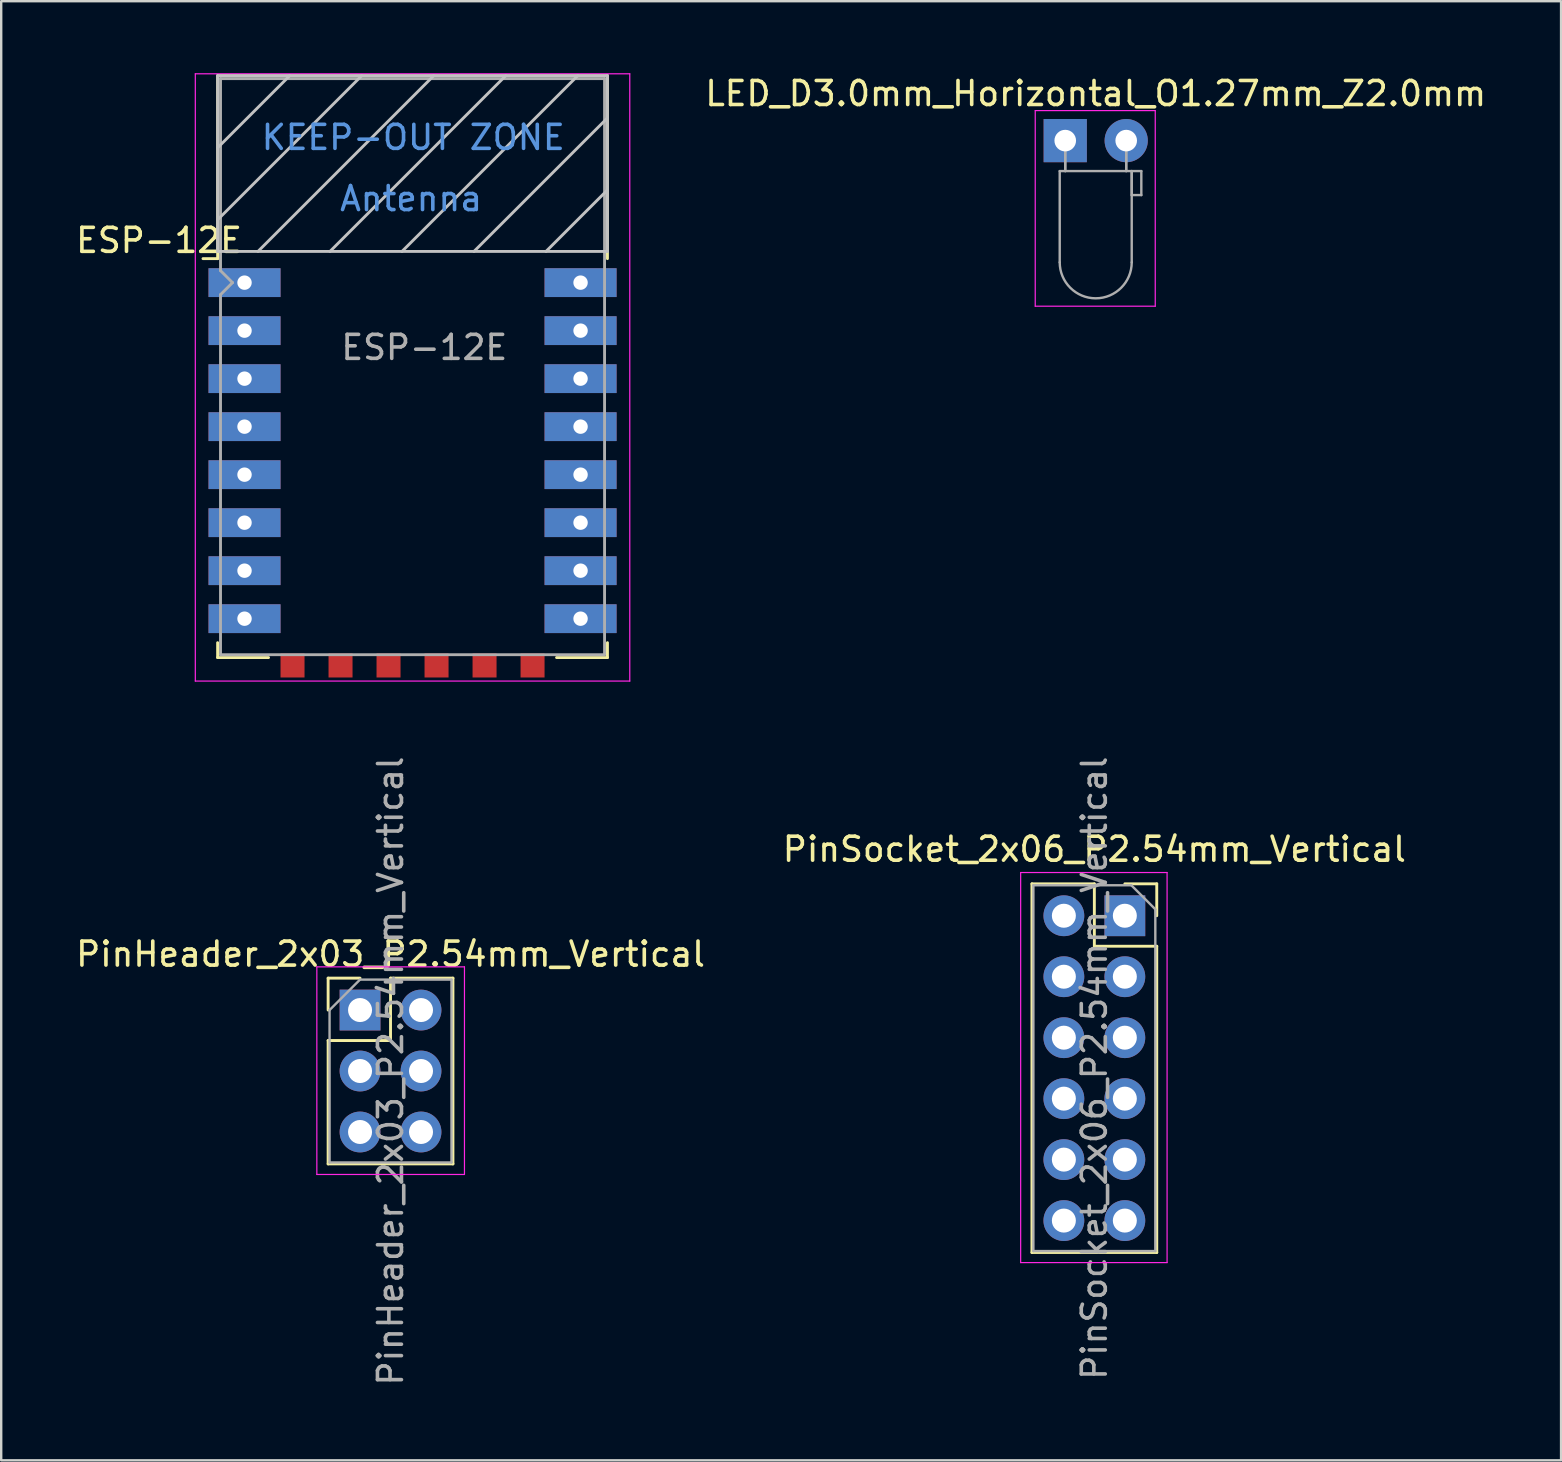
<source format=kicad_pcb>
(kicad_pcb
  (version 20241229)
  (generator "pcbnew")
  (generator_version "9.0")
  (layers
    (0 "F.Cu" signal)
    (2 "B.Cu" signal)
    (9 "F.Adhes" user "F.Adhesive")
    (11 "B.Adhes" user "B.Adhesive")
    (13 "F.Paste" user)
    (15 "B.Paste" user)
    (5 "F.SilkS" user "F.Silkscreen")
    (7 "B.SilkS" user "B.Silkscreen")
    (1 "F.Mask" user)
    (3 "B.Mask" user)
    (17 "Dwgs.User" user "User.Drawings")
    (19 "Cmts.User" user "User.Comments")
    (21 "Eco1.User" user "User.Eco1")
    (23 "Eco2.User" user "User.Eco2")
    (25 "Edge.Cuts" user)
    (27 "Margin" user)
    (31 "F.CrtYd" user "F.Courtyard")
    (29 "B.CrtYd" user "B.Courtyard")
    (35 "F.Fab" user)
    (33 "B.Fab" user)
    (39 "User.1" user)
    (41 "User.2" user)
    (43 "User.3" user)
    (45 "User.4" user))
  (footprint "PinHeader_2x03_P2.54mm_Vertical"
    (layer "F.Cu")
    (at 11.95 39.03)
    (property "Reference" "PinHeader_2x03_P2.54mm_Vertical" (at 1.27 -2.33 0) (layer "F.SilkS") (effects (font (size 1 1) (thickness 0.15))))
    (attr through_hole)
    (fp_line (start -1.33 -1.33) (end 0 -1.33) (stroke (width 0.12) (type solid)) (layer "F.SilkS"))
    (fp_line (start -1.33 0) (end -1.33 -1.33) (stroke (width 0.12) (type solid)) (layer "F.SilkS"))
    (fp_line (start -1.33 1.27) (end -1.33 6.41) (stroke (width 0.12) (type solid)) (layer "F.SilkS"))
    (fp_line (start -1.33 1.27) (end 1.27 1.27) (stroke (width 0.12) (type solid)) (layer "F.SilkS"))
    (fp_line (start -1.33 6.41) (end 3.87 6.41) (stroke (width 0.12) (type solid)) (layer "F.SilkS"))
    (fp_line (start 1.27 -1.33) (end 3.87 -1.33) (stroke (width 0.12) (type solid)) (layer "F.SilkS"))
    (fp_line (start 1.27 1.27) (end 1.27 -1.33) (stroke (width 0.12) (type solid)) (layer "F.SilkS"))
    (fp_line (start 3.87 -1.33) (end 3.87 6.41) (stroke (width 0.12) (type solid)) (layer "F.SilkS"))
    (fp_line (start -1.8 -1.8) (end -1.8 6.85) (stroke (width 0.05) (type solid)) (layer "F.CrtYd"))
    (fp_line (start -1.8 6.85) (end 4.35 6.85) (stroke (width 0.05) (type solid)) (layer "F.CrtYd"))
    (fp_line (start 4.35 -1.8) (end -1.8 -1.8) (stroke (width 0.05) (type solid)) (layer "F.CrtYd"))
    (fp_line (start 4.35 6.85) (end 4.35 -1.8) (stroke (width 0.05) (type solid)) (layer "F.CrtYd"))
    (fp_line (start -1.27 0) (end 0 -1.27) (stroke (width 0.1) (type solid)) (layer "F.Fab"))
    (fp_line (start -1.27 6.35) (end -1.27 0) (stroke (width 0.1) (type solid)) (layer "F.Fab"))
    (fp_line (start 0 -1.27) (end 3.81 -1.27) (stroke (width 0.1) (type solid)) (layer "F.Fab"))
    (fp_line (start 3.81 -1.27) (end 3.81 6.35) (stroke (width 0.1) (type solid)) (layer "F.Fab"))
    (fp_line (start 3.81 6.35) (end -1.27 6.35) (stroke (width 0.1) (type solid)) (layer "F.Fab"))
    (fp_text user "${REFERENCE}" (at 1.27 2.54 90) (layer "F.Fab") (effects (font (size 1 1) (thickness 0.15))))
    (pad "1" thru_hole rect (at 0 0) (size 1.7 1.7) (drill 1) (layers "*.Cu" "*.Mask"))
    (pad "2" thru_hole oval (at 0 2.54) (size 1.7 1.7) (drill 1) (layers "*.Cu" "*.Mask"))
    (pad "3" thru_hole oval (at 0 5.08) (size 1.7 1.7) (drill 1) (layers "*.Cu" "*.Mask"))
    (pad "4" thru_hole oval (at 2.54 5.08) (size 1.7 1.7) (drill 1) (layers "*.Cu" "*.Mask"))
    (pad "5" thru_hole oval (at 2.54 2.54) (size 1.7 1.7) (drill 1) (layers "*.Cu" "*.Mask"))
    (pad "6" thru_hole oval (at 2.54 0) (size 1.7 1.7) (drill 1) (layers "*.Cu" "*.Mask")))
  (footprint "PinSocket_2x06_P2.54mm_Vertical"
    (layer "F.Cu")
    (at 43.812 35.101)
    (property "Reference" "PinSocket_2x06_P2.54mm_Vertical" (at -1.27 -2.77 0) (layer "F.SilkS") (effects (font (size 1 1) (thickness 0.15))))
    (attr through_hole)
    (fp_line (start -3.87 -1.33) (end -3.87 14.03) (stroke (width 0.12) (type solid)) (layer "F.SilkS"))
    (fp_line (start -3.87 -1.33) (end -1.27 -1.33) (stroke (width 0.12) (type solid)) (layer "F.SilkS"))
    (fp_line (start -3.87 14.03) (end 1.33 14.03) (stroke (width 0.12) (type solid)) (layer "F.SilkS"))
    (fp_line (start -1.27 -1.33) (end -1.27 1.27) (stroke (width 0.12) (type solid)) (layer "F.SilkS"))
    (fp_line (start -1.27 1.27) (end 1.33 1.27) (stroke (width 0.12) (type solid)) (layer "F.SilkS"))
    (fp_line (start 0 -1.33) (end 1.33 -1.33) (stroke (width 0.12) (type solid)) (layer "F.SilkS"))
    (fp_line (start 1.33 -1.33) (end 1.33 0) (stroke (width 0.12) (type solid)) (layer "F.SilkS"))
    (fp_line (start 1.33 1.27) (end 1.33 14.03) (stroke (width 0.12) (type solid)) (layer "F.SilkS"))
    (fp_line (start -4.34 -1.8) (end 1.76 -1.8) (stroke (width 0.05) (type solid)) (layer "F.CrtYd"))
    (fp_line (start -4.34 14.45) (end -4.34 -1.8) (stroke (width 0.05) (type solid)) (layer "F.CrtYd"))
    (fp_line (start 1.76 -1.8) (end 1.76 14.45) (stroke (width 0.05) (type solid)) (layer "F.CrtYd"))
    (fp_line (start 1.76 14.45) (end -4.34 14.45) (stroke (width 0.05) (type solid)) (layer "F.CrtYd"))
    (fp_line (start -3.81 -1.27) (end 0.27 -1.27) (stroke (width 0.1) (type solid)) (layer "F.Fab"))
    (fp_line (start -3.81 13.97) (end -3.81 -1.27) (stroke (width 0.1) (type solid)) (layer "F.Fab"))
    (fp_line (start 0.27 -1.27) (end 1.27 -0.27) (stroke (width 0.1) (type solid)) (layer "F.Fab"))
    (fp_line (start 1.27 -0.27) (end 1.27 13.97) (stroke (width 0.1) (type solid)) (layer "F.Fab"))
    (fp_line (start 1.27 13.97) (end -3.81 13.97) (stroke (width 0.1) (type solid)) (layer "F.Fab"))
    (fp_text user "${REFERENCE}" (at -1.27 6.35 90) (layer "F.Fab") (effects (font (size 1 1) (thickness 0.15))))
    (pad "1" thru_hole rect (at 0 0) (size 1.7 1.7) (drill 1) (layers "*.Cu" "*.Mask"))
    (pad "2" thru_hole oval (at 0 2.54) (size 1.7 1.7) (drill 1) (layers "*.Cu" "*.Mask"))
    (pad "3" thru_hole oval (at 0 5.08) (size 1.7 1.7) (drill 1) (layers "*.Cu" "*.Mask"))
    (pad "4" thru_hole oval (at 0 7.62) (size 1.7 1.7) (drill 1) (layers "*.Cu" "*.Mask"))
    (pad "5" thru_hole oval (at 0 10.16) (size 1.7 1.7) (drill 1) (layers "*.Cu" "*.Mask"))
    (pad "6" thru_hole oval (at 0 12.7) (size 1.7 1.7) (drill 1) (layers "*.Cu" "*.Mask"))
    (pad "7" thru_hole oval (at -2.54 12.7) (size 1.7 1.7) (drill 1) (layers "*.Cu" "*.Mask"))
    (pad "8" thru_hole oval (at -2.54 10.16) (size 1.7 1.7) (drill 1) (layers "*.Cu" "*.Mask"))
    (pad "9" thru_hole oval (at -2.54 7.62) (size 1.7 1.7) (drill 1) (layers "*.Cu" "*.Mask"))
    (pad "10" thru_hole oval (at -2.54 5.08) (size 1.7 1.7) (drill 1) (layers "*.Cu" "*.Mask"))
    (pad "11" thru_hole oval (at -2.54 2.54) (size 1.7 1.7) (drill 1) (layers "*.Cu" "*.Mask"))
    (pad "12" thru_hole oval (at -2.54 0) (size 1.7 1.7) (drill 1) (layers "*.Cu" "*.Mask")))
  (footprint "LED_D3.0mm_Horizontal_O1.27mm_Z2.0mm"
    (layer "F.Cu")
    (at 41.329 2.808)
    (property "Reference" "LED_D3.0mm_Horizontal_O1.27mm_Z2.0mm" (at 1.27 -1.96 0) (layer "F.SilkS") (effects (font (size 1 1) (thickness 0.15))))
    (attr through_hole)
    (fp_line (start -1.25 -1.25) (end -1.25 6.9) (stroke (width 0.05) (type solid)) (layer "F.CrtYd"))
    (fp_line (start -1.25 6.9) (end 3.75 6.9) (stroke (width 0.05) (type solid)) (layer "F.CrtYd"))
    (fp_line (start 3.75 -1.25) (end -1.25 -1.25) (stroke (width 0.05) (type solid)) (layer "F.CrtYd"))
    (fp_line (start 3.75 6.9) (end 3.75 -1.25) (stroke (width 0.05) (type solid)) (layer "F.CrtYd"))
    (fp_line (start -0.23 1.27) (end -0.23 5.07) (stroke (width 0.1) (type solid)) (layer "F.Fab"))
    (fp_line (start -0.23 1.27) (end 2.77 1.27) (stroke (width 0.1) (type solid)) (layer "F.Fab"))
    (fp_line (start 0 0) (end 0 0) (stroke (width 0.1) (type solid)) (layer "F.Fab"))
    (fp_line (start 0 0) (end 0 1.27) (stroke (width 0.1) (type solid)) (layer "F.Fab"))
    (fp_line (start 0 1.27) (end 0 0) (stroke (width 0.1) (type solid)) (layer "F.Fab"))
    (fp_line (start 2.54 0) (end 2.54 0) (stroke (width 0.1) (type solid)) (layer "F.Fab"))
    (fp_line (start 2.54 0) (end 2.54 1.27) (stroke (width 0.1) (type solid)) (layer "F.Fab"))
    (fp_line (start 2.54 1.27) (end 2.54 0) (stroke (width 0.1) (type solid)) (layer "F.Fab"))
    (fp_line (start 2.77 1.27) (end 2.77 5.07) (stroke (width 0.1) (type solid)) (layer "F.Fab"))
    (fp_line (start 2.77 1.27) (end 3.17 1.27) (stroke (width 0.1) (type solid)) (layer "F.Fab"))
    (fp_line (start 2.77 2.27) (end 2.77 1.27) (stroke (width 0.1) (type solid)) (layer "F.Fab"))
    (fp_line (start 3.17 1.27) (end 3.17 2.27) (stroke (width 0.1) (type solid)) (layer "F.Fab"))
    (fp_line (start 3.17 2.27) (end 2.77 2.27) (stroke (width 0.1) (type solid)) (layer "F.Fab"))
    (fp_arc (start 2.77 5.07) (mid 1.27 6.57) (end -0.23 5.07) (stroke (width 0.1) (type solid)) (layer "F.Fab"))
    (pad "1" thru_hole rect (at 0 0) (size 1.8 1.8) (drill 0.9) (layers "*.Cu" "*.Mask"))
    (pad "2" thru_hole circle (at 2.54 0) (size 1.8 1.8) (drill 0.9) (layers "*.Cu" "*.Mask")))
  (footprint "ESP-12E"
    (layer "F.Cu")
    (at 14.137 12.225)
    (property "Reference" "ESP-12E" (at -10.56 -5.26 0) (layer "F.SilkS") (effects (font (size 1 1) (thickness 0.15))))
    (attr smd)
    (fp_line (start -8.12 -12.12) (end 8.12 -12.12) (stroke (width 0.12) (type solid)) (layer "F.SilkS"))
    (fp_line (start -8.12 -4.5) (end -8.73 -4.5) (stroke (width 0.12) (type solid)) (layer "F.SilkS"))
    (fp_line (start -8.12 -4.5) (end -8.12 -12.12) (stroke (width 0.12) (type solid)) (layer "F.SilkS"))
    (fp_line (start -8.12 12.12) (end -8.12 11.5) (stroke (width 0.12) (type solid)) (layer "F.SilkS"))
    (fp_line (start -6 12.12) (end -8.12 12.12) (stroke (width 0.12) (type solid)) (layer "F.SilkS"))
    (fp_line (start 8.12 -12.12) (end 8.12 -4.5) (stroke (width 0.12) (type solid)) (layer "F.SilkS"))
    (fp_line (start 8.12 11.5) (end 8.12 12.12) (stroke (width 0.12) (type solid)) (layer "F.SilkS"))
    (fp_line (start 8.12 12.12) (end 6 12.12) (stroke (width 0.12) (type solid)) (layer "F.SilkS"))
    (fp_line (start -8.12 -12.12) (end 8.12 -12.12) (stroke (width 0.12) (type solid)) (layer "Dwgs.User"))
    (fp_line (start -8.12 -9.12) (end -5.12 -12.12) (stroke (width 0.12) (type solid)) (layer "Dwgs.User"))
    (fp_line (start -8.12 -6.12) (end -2.12 -12.12) (stroke (width 0.12) (type solid)) (layer "Dwgs.User"))
    (fp_line (start -8.12 -4.8) (end -8.12 -12.12) (stroke (width 0.12) (type solid)) (layer "Dwgs.User"))
    (fp_line (start -6.44 -4.8) (end 0.88 -12.12) (stroke (width 0.12) (type solid)) (layer "Dwgs.User"))
    (fp_line (start -3.44 -4.8) (end 3.88 -12.12) (stroke (width 0.12) (type solid)) (layer "Dwgs.User"))
    (fp_line (start -0.44 -4.8) (end 6.88 -12.12) (stroke (width 0.12) (type solid)) (layer "Dwgs.User"))
    (fp_line (start 2.56 -4.8) (end 8.12 -10.36) (stroke (width 0.12) (type solid)) (layer "Dwgs.User"))
    (fp_line (start 5.56 -4.8) (end 8.12 -7.36) (stroke (width 0.12) (type solid)) (layer "Dwgs.User"))
    (fp_line (start 8.12 -12.12) (end 8.12 -4.8) (stroke (width 0.12) (type solid)) (layer "Dwgs.User"))
    (fp_line (start 8.12 -4.8) (end -8.12 -4.8) (stroke (width 0.12) (type solid)) (layer "Dwgs.User"))
    (fp_line (start -9.05 -12.2) (end 9.05 -12.2) (stroke (width 0.05) (type solid)) (layer "F.CrtYd"))
    (fp_line (start -9.05 13.1) (end -9.05 -12.2) (stroke (width 0.05) (type solid)) (layer "F.CrtYd"))
    (fp_line (start 9.05 -12.2) (end 9.05 13.1) (stroke (width 0.05) (type solid)) (layer "F.CrtYd"))
    (fp_line (start 9.05 13.1) (end -9.05 13.1) (stroke (width 0.05) (type solid)) (layer "F.CrtYd"))
    (fp_line (start -8 -12) (end 8 -12) (stroke (width 0.12) (type solid)) (layer "F.Fab"))
    (fp_line (start -8 -4) (end -8 -12) (stroke (width 0.12) (type solid)) (layer "F.Fab"))
    (fp_line (start -8 -3) (end -7.5 -3.5) (stroke (width 0.12) (type solid)) (layer "F.Fab"))
    (fp_line (start -8 12) (end -8 -3) (stroke (width 0.12) (type solid)) (layer "F.Fab"))
    (fp_line (start -7.5 -3.5) (end -8 -4) (stroke (width 0.12) (type solid)) (layer "F.Fab"))
    (fp_line (start 8 -12) (end 8 12) (stroke (width 0.12) (type solid)) (layer "F.Fab"))
    (fp_line (start 8 12) (end -8 12) (stroke (width 0.12) (type solid)) (layer "F.Fab"))
    (fp_text user "Antenna" (at -0.06 -7 180) (layer "Cmts.User") (effects (font (size 1 1) (thickness 0.15))))
    (fp_text user "KEEP-OUT ZONE" (at 0.03 -9.55 180) (layer "Cmts.User") (effects (font (size 1 1) (thickness 0.15))))
    (fp_text user "${REFERENCE}" (at 0.49 -0.8 0) (layer "F.Fab") (effects (font (size 1 1) (thickness 0.15))))
    (pad "1" thru_hole rect (at -7 -3.5) (size 3 1.2) (drill 0.6) (layers "*.Cu" "*.Mask"))
    (pad "2" thru_hole rect (at -7 -1.5) (size 3 1.2) (drill 0.6) (layers "*.Cu" "*.Mask"))
    (pad "3" thru_hole rect (at -7 0.5) (size 3 1.2) (drill 0.6) (layers "*.Cu" "*.Mask"))
    (pad "4" thru_hole rect (at -7 2.5) (size 3 1.2) (drill 0.6) (layers "*.Cu" "*.Mask"))
    (pad "5" thru_hole rect (at -7 4.5) (size 3 1.2) (drill 0.6) (layers "*.Cu" "*.Mask"))
    (pad "6" thru_hole rect (at -7 6.5) (size 3 1.2) (drill 0.6) (layers "*.Cu" "*.Mask"))
    (pad "7" thru_hole rect (at -7 8.5) (size 3 1.2) (drill 0.6) (layers "*.Cu" "*.Mask"))
    (pad "8" thru_hole rect (at -7 10.5) (size 3 1.2) (drill 0.6) (layers "*.Cu" "*.Mask"))
    (pad "9" smd rect (at -5 12.45) (size 1 1) (layers "F.Cu" "F.Mask" "F.Paste"))
    (pad "10" smd rect (at -3 12.45) (size 1 1) (layers "F.Cu" "F.Mask" "F.Paste"))
    (pad "11" smd rect (at -1 12.45) (size 1 1) (layers "F.Cu" "F.Mask" "F.Paste"))
    (pad "12" smd rect (at 1 12.45) (size 1 1) (layers "F.Cu" "F.Mask" "F.Paste"))
    (pad "13" smd rect (at 3 12.45) (size 1 1) (layers "F.Cu" "F.Mask" "F.Paste"))
    (pad "14" smd rect (at 5 12.45) (size 1 1) (layers "F.Cu" "F.Mask" "F.Paste"))
    (pad "15" thru_hole rect (at 7 10.5) (size 3 1.2) (drill 0.6) (layers "*.Cu" "*.Mask"))
    (pad "16" thru_hole rect (at 7 8.5) (size 3 1.2) (drill 0.6) (layers "*.Cu" "*.Mask"))
    (pad "17" thru_hole rect (at 7 6.5) (size 3 1.2) (drill 0.6) (layers "*.Cu" "*.Mask"))
    (pad "18" thru_hole rect (at 7 4.5) (size 3 1.2) (drill 0.6) (layers "*.Cu" "*.Mask"))
    (pad "19" thru_hole rect (at 7 2.5) (size 3 1.2) (drill 0.6) (layers "*.Cu" "*.Mask"))
    (pad "20" thru_hole rect (at 7 0.5) (size 3 1.2) (drill 0.6) (layers "*.Cu" "*.Mask"))
    (pad "21" thru_hole rect (at 7 -1.5) (size 3 1.2) (drill 0.6) (layers "*.Cu" "*.Mask"))
    (pad "22" thru_hole rect (at 7 -3.5) (size 3 1.2) (drill 0.6) (layers "*.Cu" "*.Mask")))
  (gr_rect
    (start -3 -3)
    (end 61.986 57.79)
    (stroke (width 0.1) (type default))
    (fill no)
    (layer "Edge.Cuts")))
</source>
